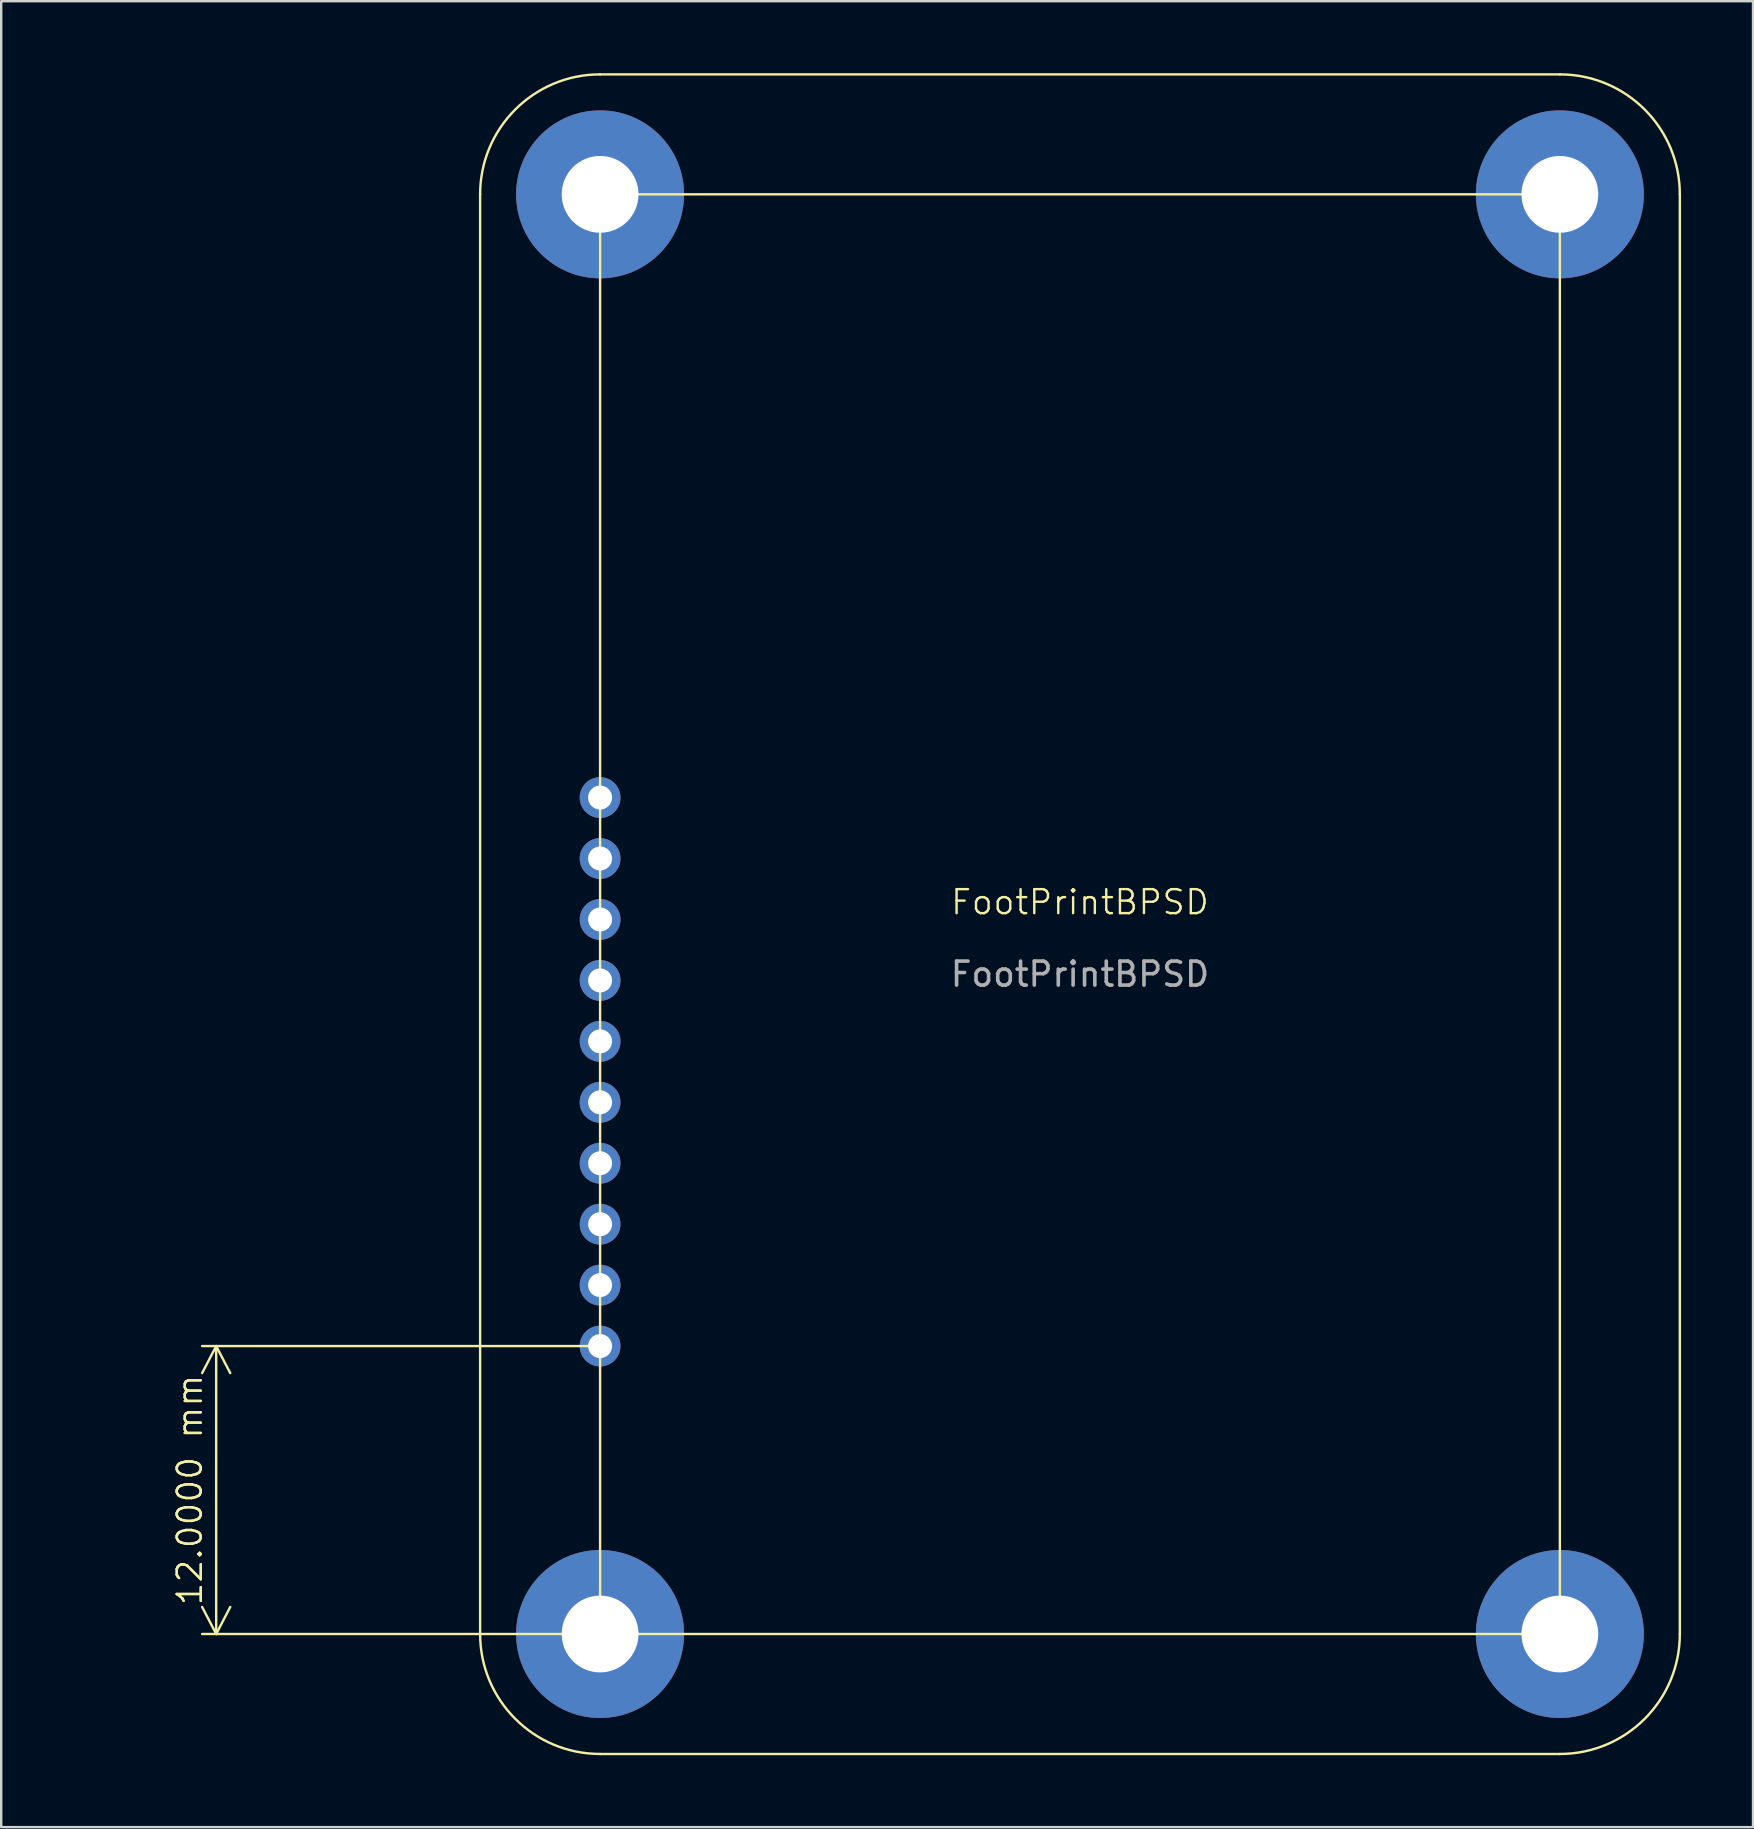
<source format=kicad_pcb>
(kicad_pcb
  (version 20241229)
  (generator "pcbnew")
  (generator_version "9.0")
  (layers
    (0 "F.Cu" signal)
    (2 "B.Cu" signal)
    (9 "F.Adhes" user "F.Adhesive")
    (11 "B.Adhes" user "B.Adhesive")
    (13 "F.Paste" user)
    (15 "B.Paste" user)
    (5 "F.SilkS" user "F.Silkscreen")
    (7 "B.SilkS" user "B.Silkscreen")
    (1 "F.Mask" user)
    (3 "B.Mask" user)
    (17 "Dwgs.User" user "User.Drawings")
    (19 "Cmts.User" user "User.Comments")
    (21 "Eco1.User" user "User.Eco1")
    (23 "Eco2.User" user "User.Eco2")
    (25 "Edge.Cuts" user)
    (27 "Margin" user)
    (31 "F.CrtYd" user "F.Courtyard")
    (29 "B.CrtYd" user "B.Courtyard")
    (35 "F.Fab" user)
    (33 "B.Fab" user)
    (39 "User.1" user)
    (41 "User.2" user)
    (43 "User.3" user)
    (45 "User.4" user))
  (footprint "FootPrintBPSD"
    (layer "F.Cu")
    (at 41.96 35.05)
    (property "Reference" "FootPrintBPSD" (at 0 -0.5 0) (unlocked yes) (layer "F.SilkS") (effects (font (size 1 1) (thickness 0.1))))
    (attr through_hole)
    (fp_line (start -25 30) (end -25 -30) (stroke (width 0.1) (type default)) (layer "F.SilkS"))
    (fp_line (start -20 -35) (end 20 -35) (stroke (width 0.1) (type default)) (layer "F.SilkS"))
    (fp_line (start 20 35) (end -20 35) (stroke (width 0.1) (type default)) (layer "F.SilkS"))
    (fp_line (start 25 -30) (end 25 30) (stroke (width 0.1) (type default)) (layer "F.SilkS"))
    (fp_rect (start -20 -30) (end 20 30) (stroke (width 0.1) (type default)) (fill no) (layer "F.SilkS"))
    (fp_arc (start -25 -30) (mid -23.535534 -33.535534) (end -20 -35) (stroke (width 0.1) (type default)) (layer "F.SilkS"))
    (fp_arc (start -20 35) (mid -23.535534 33.535534) (end -25 30) (stroke (width 0.1) (type default)) (layer "F.SilkS"))
    (fp_arc (start 20 -35) (mid 23.535534 -33.535534) (end 25 -30) (stroke (width 0.1) (type default)) (layer "F.SilkS"))
    (fp_arc (start 25 30) (mid 23.535534 33.535534) (end 20 35) (stroke (width 0.1) (type default)) (layer "F.SilkS"))
    (fp_text user "${REFERENCE}" (at 0 2.5 0) (unlocked yes) (layer "F.Fab") (effects (font (size 1 1) (thickness 0.15))))
    (dimension (type aligned) (layer "F.SilkS") (pts (xy 21.96 65.05) (xy 21.96 53.05)) (height -16) (format (prefix "") (suffix "") (units 3) (units_format 1) (precision 4)) (style (thickness 0.1) (arrow_length 1.27) (text_position_mode 0) (arrow_direction outward) (extension_height 0.586) (extension_offset 0.5) (keep_text_aligned yes)) (gr_text "12.0000 mm" (at 4.86 59.05 90) (layer "F.SilkS") (effects (font (size 1 1) (thickness 0.1)))))
    (pad "1" thru_hole circle (at -20 18) (size 1.7 1.7) (drill 1) (layers "*.Cu" "*.Mask"))
    (pad "2" thru_hole circle (at -20 15.46) (size 1.7 1.7) (drill 1) (layers "*.Cu" "*.Mask"))
    (pad "3" thru_hole circle (at -20 12.92) (size 1.7 1.7) (drill 1) (layers "*.Cu" "*.Mask"))
    (pad "4" thru_hole circle (at -20 10.38) (size 1.7 1.7) (drill 1) (layers "*.Cu" "*.Mask"))
    (pad "5" thru_hole circle (at -20 7.84) (size 1.7 1.7) (drill 1) (layers "*.Cu" "*.Mask"))
    (pad "6" thru_hole circle (at -20 5.3) (size 1.7 1.7) (drill 1) (layers "*.Cu" "*.Mask"))
    (pad "7" thru_hole circle (at -20 2.76) (size 1.7 1.7) (drill 1) (layers "*.Cu" "*.Mask"))
    (pad "8" thru_hole circle (at -20 0.22) (size 1.7 1.7) (drill 1) (layers "*.Cu" "*.Mask"))
    (pad "9" thru_hole circle (at -20 -2.32) (size 1.7 1.7) (drill 1) (layers "*.Cu" "*.Mask"))
    (pad "10" thru_hole circle (at -20 -4.86) (size 1.7 1.7) (drill 1) (layers "*.Cu" "*.Mask"))
    (pad "11" thru_hole circle (at -20 -30) (size 7 7) (drill 3.2) (layers "*.Cu" "*.Mask"))
    (pad "12" thru_hole circle (at 20 -30) (size 7 7) (drill 3.2) (layers "*.Cu" "*.Mask"))
    (pad "13" thru_hole circle (at -20 30) (size 7 7) (drill 3.2) (layers "*.Cu" "*.Mask"))
    (pad "14" thru_hole circle (at 20 30) (size 7 7) (drill 3.2) (layers "*.Cu" "*.Mask")))
  (gr_rect
    (start -3 -3)
    (end 70.01 73.1)
    (stroke (width 0.1) (type default))
    (fill no)
    (layer "Edge.Cuts")))
</source>
